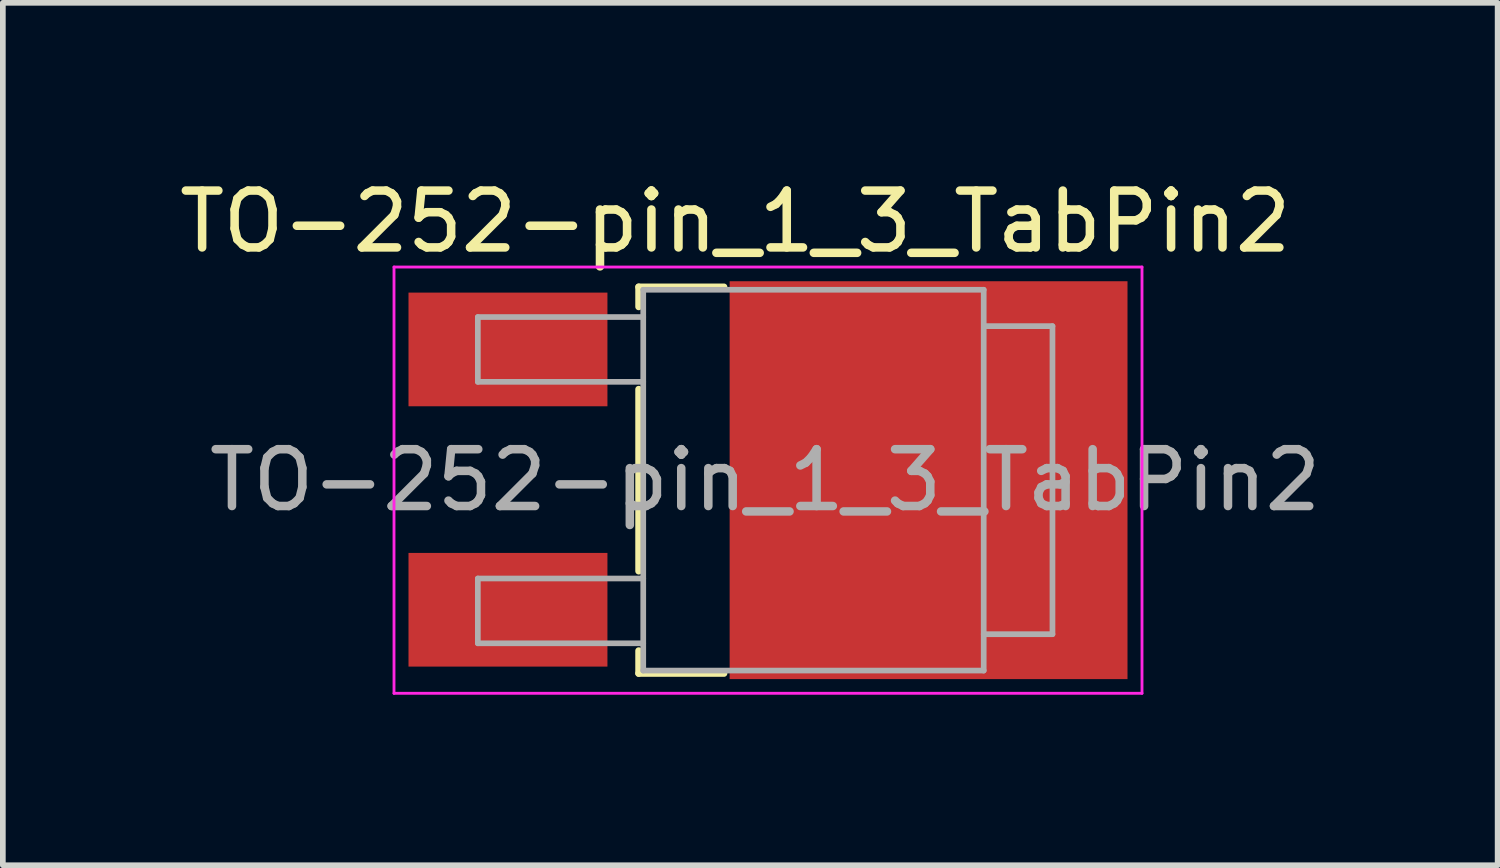
<source format=kicad_pcb>
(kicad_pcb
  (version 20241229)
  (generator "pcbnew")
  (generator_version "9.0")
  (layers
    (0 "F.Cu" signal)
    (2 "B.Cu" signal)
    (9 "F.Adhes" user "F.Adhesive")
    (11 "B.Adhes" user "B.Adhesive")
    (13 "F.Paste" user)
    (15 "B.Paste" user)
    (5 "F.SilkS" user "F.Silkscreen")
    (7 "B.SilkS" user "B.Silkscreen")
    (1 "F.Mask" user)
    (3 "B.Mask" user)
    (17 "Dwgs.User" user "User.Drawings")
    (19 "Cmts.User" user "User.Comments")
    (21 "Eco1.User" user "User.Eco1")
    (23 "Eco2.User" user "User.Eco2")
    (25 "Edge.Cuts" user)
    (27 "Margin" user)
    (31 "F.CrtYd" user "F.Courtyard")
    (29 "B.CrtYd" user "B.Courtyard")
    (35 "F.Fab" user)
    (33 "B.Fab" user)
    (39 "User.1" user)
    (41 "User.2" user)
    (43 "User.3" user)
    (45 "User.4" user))
  (footprint "TO-252-pin_1_3_TabPin2"
    (layer "F.Cu")
    (at 10.462 5.398)
    (property "Reference" "TO-252-pin_1_3_TabPin2" (at -0.575 -4.55 0) (layer "F.SilkS") (effects (font (size 1 1) (thickness 0.15))))
    (attr smd)
    (fp_line (start -2.275 -3.4) (end -0.775 -3.4) (stroke (width 0.12) (type solid)) (layer "F.SilkS"))
    (fp_line (start -2.275 -3.05) (end -2.275 -3.4) (stroke (width 0.12) (type solid)) (layer "F.SilkS"))
    (fp_line (start -2.275 1.6) (end -2.275 -1.6) (stroke (width 0.12) (type solid)) (layer "F.SilkS"))
    (fp_line (start -2.275 3.4) (end -2.275 3) (stroke (width 0.12) (type solid)) (layer "F.SilkS"))
    (fp_line (start -0.775 3.4) (end -2.275 3.4) (stroke (width 0.12) (type solid)) (layer "F.SilkS"))
    (fp_line (start -6.58 3.75) (end -6.58 -3.75) (stroke (width 0.05) (type solid)) (layer "F.CrtYd"))
    (fp_line (start -6.58 3.75) (end 6.58 3.75) (stroke (width 0.05) (type solid)) (layer "F.CrtYd"))
    (fp_line (start 6.58 -3.75) (end -6.58 -3.75) (stroke (width 0.05) (type solid)) (layer "F.CrtYd"))
    (fp_line (start 6.58 -3.75) (end 6.58 3.75) (stroke (width 0.05) (type solid)) (layer "F.CrtYd"))
    (fp_line (start -5.105 -2.87) (end -5.105 -1.73) (stroke (width 0.1) (type solid)) (layer "F.Fab"))
    (fp_line (start -5.105 -1.73) (end -2.195 -1.73) (stroke (width 0.1) (type solid)) (layer "F.Fab"))
    (fp_line (start -5.105 1.73) (end -5.105 2.87) (stroke (width 0.1) (type solid)) (layer "F.Fab"))
    (fp_line (start -5.105 2.87) (end -2.195 2.87) (stroke (width 0.1) (type solid)) (layer "F.Fab"))
    (fp_line (start -2.195 -2.87) (end -5.105 -2.87) (stroke (width 0.1) (type solid)) (layer "F.Fab"))
    (fp_line (start -2.195 1.73) (end -5.105 1.73) (stroke (width 0.1) (type solid)) (layer "F.Fab"))
    (fp_line (start -2.195 3.35) (end -2.195 -3.35) (stroke (width 0.1) (type solid)) (layer "F.Fab"))
    (fp_line (start -2.195 3.35) (end 3.795 3.35) (stroke (width 0.1) (type solid)) (layer "F.Fab"))
    (fp_line (start 3.795 -3.35) (end -2.195 -3.35) (stroke (width 0.1) (type solid)) (layer "F.Fab"))
    (fp_line (start 3.795 3.35) (end 3.795 -3.35) (stroke (width 0.1) (type solid)) (layer "F.Fab"))
    (fp_line (start 3.805 -2.71) (end 5.005 -2.71) (stroke (width 0.1) (type solid)) (layer "F.Fab"))
    (fp_line (start 5.005 -2.71) (end 5.005 2.71) (stroke (width 0.1) (type solid)) (layer "F.Fab"))
    (fp_line (start 5.005 2.71) (end 3.795 2.71) (stroke (width 0.1) (type solid)) (layer "F.Fab"))
    (fp_text user "${REFERENCE}" (at -0.05 0 0) (layer "F.Fab") (effects (font (size 1 1) (thickness 0.15))))
    (pad "" smd rect (at 1.05 -1.8 270) (size 3.3 3.3) (layers "F.Paste"))
    (pad "" smd rect (at 1.05 1.8 270) (size 3.3 3.3) (layers "F.Paste"))
    (pad "" smd rect (at 4.6 -1.8 270) (size 3.3 3.3) (layers "F.Paste"))
    (pad "" smd rect (at 4.6 1.8 270) (size 3.3 3.3) (layers "F.Paste"))
    (pad "1" smd rect (at -4.575 -2.3) (size 3.5 2) (layers "F.Cu" "F.Mask" "F.Paste"))
    (pad "2" smd rect (at 2.825 0) (size 7 7) (layers "F.Cu" "F.Mask"))
    (pad "3" smd rect (at -4.575 2.28) (size 3.5 2) (layers "F.Cu" "F.Mask" "F.Paste")))
  (gr_rect
    (start -3 -3)
    (end 23.299 12.173)
    (stroke (width 0.1) (type default))
    (fill no)
    (layer "Edge.Cuts")))
</source>
